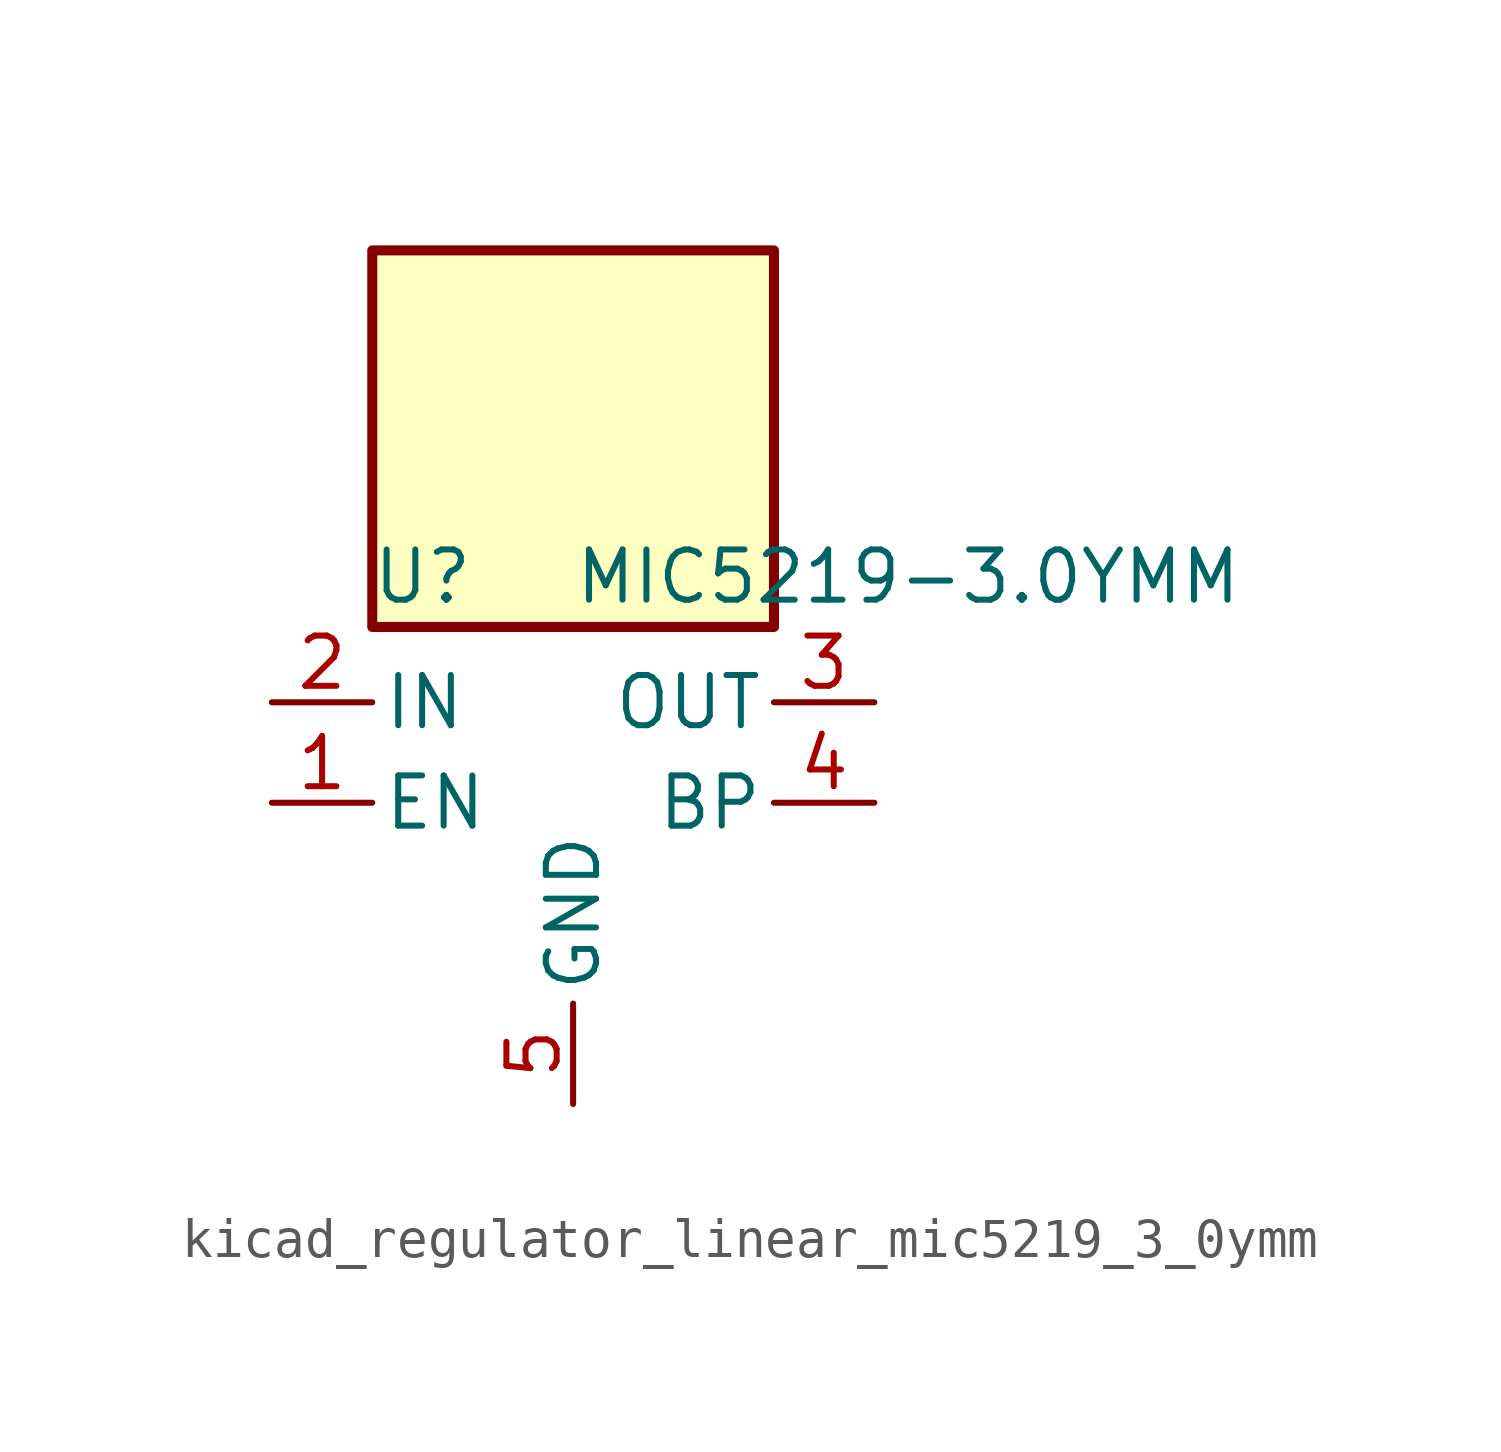
<source format=kicad_sym>
(kicad_symbol_lib
  (version 20220914)
  (generator kicad_symbol_editor)
  (symbol "kicad_regulator_linear_mic5219_3_0ymm"
    (pin_names
      (offset 0.254))
    (property "Reference" "U"
      (at -3.81 5.715 0)
      (effects (font (size 1.27 1.27))))
    (property "Value" "MIC5219-3.0YMM"
      (at 0 5.715 0)
      (effects (font (size 1.27 1.27)) (justify left)))
    (symbol "kicad_regulator_linear_mic5219_3_0ymm_0_1"
      (rectangle (start 5.08 13.97) (end -5.08 4.445) (stroke (width 0.254) (type default)) (fill (type background))))
    (symbol "kicad_regulator_linear_mic5219_3_0ymm_1_1"
      (pin input line (at -7.62 0 0) (length 2.54) (name "EN" (effects (font (size 1.27 1.27)))) (number "1" (effects (font (size 1.27 1.27)))))
      (pin power_in line (at -7.62 2.54 0) (length 2.54) (name "IN" (effects (font (size 1.27 1.27)))) (number "2" (effects (font (size 1.27 1.27)))))
      (pin power_out line (at 7.62 2.54 180) (length 2.54) (name "OUT" (effects (font (size 1.27 1.27)))) (number "3" (effects (font (size 1.27 1.27)))))
      (pin input line (at 7.62 0 180) (length 2.54) (name "BP" (effects (font (size 1.27 1.27)))) (number "4" (effects (font (size 1.27 1.27)))))
      (pin power_in line (at 0 -7.62 90) (length 2.54) (name "GND" (effects (font (size 1.27 1.27)))) (number "5" (effects (font (size 1.27 1.27)))))
      (pin passive line (at 0 -7.62 90) (length 2.54) hide (name "GND" (effects (font (size 1.27 1.27)))) (number "6" (effects (font (size 1.27 1.27)))))
      (pin passive line (at 0 -7.62 90) (length 2.54) hide (name "GND" (effects (font (size 1.27 1.27)))) (number "7" (effects (font (size 1.27 1.27)))))
      (pin passive line (at 0 -7.62 90) (length 2.54) hide (name "GND" (effects (font (size 1.27 1.27)))) (number "8" (effects (font (size 1.27 1.27))))))))
</source>
